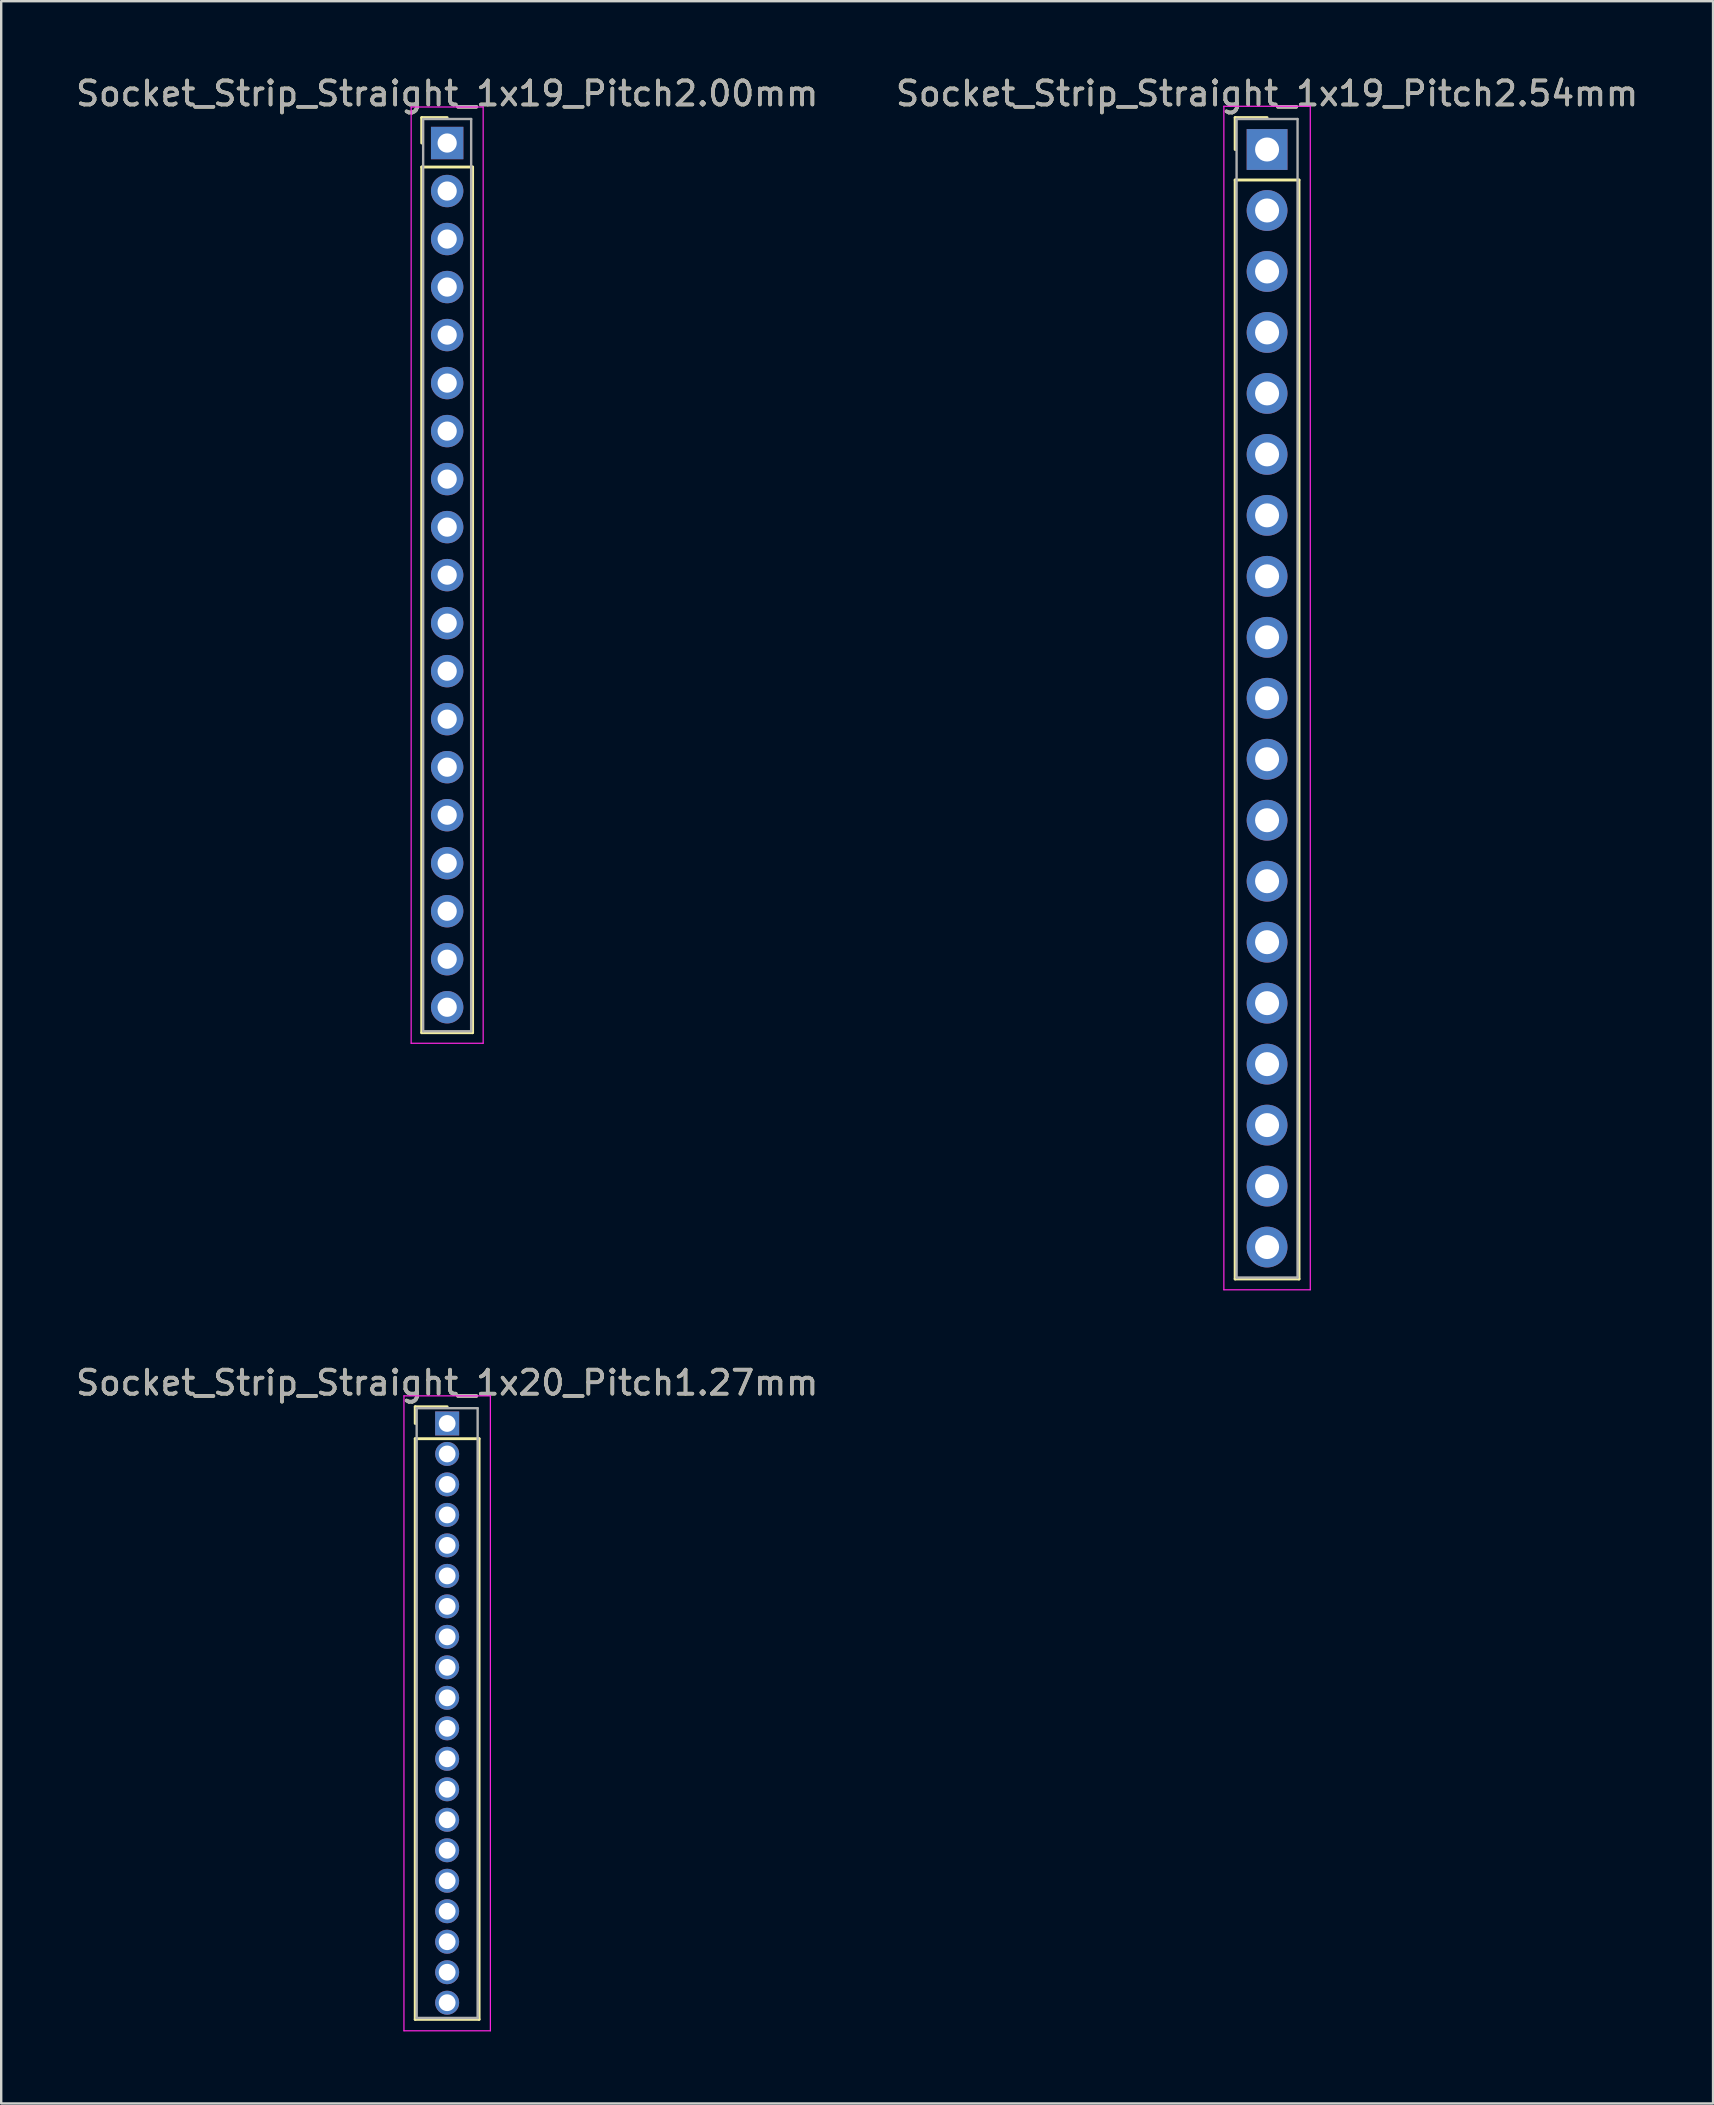
<source format=kicad_pcb>
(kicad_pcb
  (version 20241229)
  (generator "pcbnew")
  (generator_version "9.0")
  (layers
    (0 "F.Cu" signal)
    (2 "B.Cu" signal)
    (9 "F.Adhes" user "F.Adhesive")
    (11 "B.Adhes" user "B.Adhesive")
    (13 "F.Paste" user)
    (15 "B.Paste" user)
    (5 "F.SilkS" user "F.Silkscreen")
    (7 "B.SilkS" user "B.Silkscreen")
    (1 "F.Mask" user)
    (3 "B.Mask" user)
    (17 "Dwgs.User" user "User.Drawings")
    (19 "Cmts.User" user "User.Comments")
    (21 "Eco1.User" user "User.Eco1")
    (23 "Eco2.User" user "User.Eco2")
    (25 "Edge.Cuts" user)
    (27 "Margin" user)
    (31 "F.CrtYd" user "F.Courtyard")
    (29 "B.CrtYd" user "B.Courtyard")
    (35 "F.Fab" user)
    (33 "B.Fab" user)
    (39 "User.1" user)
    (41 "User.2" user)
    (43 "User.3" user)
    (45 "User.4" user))
  (footprint "Socket_Strip_Straight_1x19_Pitch2.54mm"
    (layer "F.Cu")
    (at 49.732 3.178)
    (property "Reference" "Socket_Strip_Straight_1x19_Pitch2.54mm" (at 0 -2.33 0) (layer "F.SilkS") (effects (font (size 1 1) (thickness 0.15))))
    (attr through_hole)
    (fp_line (start -1.33 -1.33) (end 0 -1.33) (stroke (width 0.12) (type solid)) (layer "F.SilkS"))
    (fp_line (start -1.33 0) (end -1.33 -1.33) (stroke (width 0.12) (type solid)) (layer "F.SilkS"))
    (fp_line (start -1.33 1.27) (end -1.33 47.05) (stroke (width 0.12) (type solid)) (layer "F.SilkS"))
    (fp_line (start -1.33 47.05) (end 1.33 47.05) (stroke (width 0.12) (type solid)) (layer "F.SilkS"))
    (fp_line (start 1.33 1.27) (end -1.33 1.27) (stroke (width 0.12) (type solid)) (layer "F.SilkS"))
    (fp_line (start 1.33 47.05) (end 1.33 1.27) (stroke (width 0.12) (type solid)) (layer "F.SilkS"))
    (fp_line (start -1.8 -1.8) (end -1.8 47.5) (stroke (width 0.05) (type solid)) (layer "F.CrtYd"))
    (fp_line (start -1.8 47.5) (end 1.8 47.5) (stroke (width 0.05) (type solid)) (layer "F.CrtYd"))
    (fp_line (start 1.8 -1.8) (end -1.8 -1.8) (stroke (width 0.05) (type solid)) (layer "F.CrtYd"))
    (fp_line (start 1.8 47.5) (end 1.8 -1.8) (stroke (width 0.05) (type solid)) (layer "F.CrtYd"))
    (fp_line (start -1.27 -1.27) (end -1.27 46.99) (stroke (width 0.1) (type solid)) (layer "F.Fab"))
    (fp_line (start -1.27 46.99) (end 1.27 46.99) (stroke (width 0.1) (type solid)) (layer "F.Fab"))
    (fp_line (start 1.27 -1.27) (end -1.27 -1.27) (stroke (width 0.1) (type solid)) (layer "F.Fab"))
    (fp_line (start 1.27 46.99) (end 1.27 -1.27) (stroke (width 0.1) (type solid)) (layer "F.Fab"))
    (fp_text user "${REFERENCE}" (at 0 -2.33 0) (layer "F.Fab") (effects (font (size 1 1) (thickness 0.15))))
    (pad "1" thru_hole rect (at 0 0) (size 1.7 1.7) (drill 1) (layers "*.Cu" "*.Mask"))
    (pad "2" thru_hole oval (at 0 2.54) (size 1.7 1.7) (drill 1) (layers "*.Cu" "*.Mask"))
    (pad "3" thru_hole oval (at 0 5.08) (size 1.7 1.7) (drill 1) (layers "*.Cu" "*.Mask"))
    (pad "4" thru_hole oval (at 0 7.62) (size 1.7 1.7) (drill 1) (layers "*.Cu" "*.Mask"))
    (pad "5" thru_hole oval (at 0 10.16) (size 1.7 1.7) (drill 1) (layers "*.Cu" "*.Mask"))
    (pad "6" thru_hole oval (at 0 12.7) (size 1.7 1.7) (drill 1) (layers "*.Cu" "*.Mask"))
    (pad "7" thru_hole oval (at 0 15.24) (size 1.7 1.7) (drill 1) (layers "*.Cu" "*.Mask"))
    (pad "8" thru_hole oval (at 0 17.78) (size 1.7 1.7) (drill 1) (layers "*.Cu" "*.Mask"))
    (pad "9" thru_hole oval (at 0 20.32) (size 1.7 1.7) (drill 1) (layers "*.Cu" "*.Mask"))
    (pad "10" thru_hole oval (at 0 22.86) (size 1.7 1.7) (drill 1) (layers "*.Cu" "*.Mask"))
    (pad "11" thru_hole oval (at 0 25.4) (size 1.7 1.7) (drill 1) (layers "*.Cu" "*.Mask"))
    (pad "12" thru_hole oval (at 0 27.94) (size 1.7 1.7) (drill 1) (layers "*.Cu" "*.Mask"))
    (pad "13" thru_hole oval (at 0 30.48) (size 1.7 1.7) (drill 1) (layers "*.Cu" "*.Mask"))
    (pad "14" thru_hole oval (at 0 33.02) (size 1.7 1.7) (drill 1) (layers "*.Cu" "*.Mask"))
    (pad "15" thru_hole oval (at 0 35.56) (size 1.7 1.7) (drill 1) (layers "*.Cu" "*.Mask"))
    (pad "16" thru_hole oval (at 0 38.1) (size 1.7 1.7) (drill 1) (layers "*.Cu" "*.Mask"))
    (pad "17" thru_hole oval (at 0 40.64) (size 1.7 1.7) (drill 1) (layers "*.Cu" "*.Mask"))
    (pad "18" thru_hole oval (at 0 43.18) (size 1.7 1.7) (drill 1) (layers "*.Cu" "*.Mask"))
    (pad "19" thru_hole oval (at 0 45.72) (size 1.7 1.7) (drill 1) (layers "*.Cu" "*.Mask")))
  (footprint "Socket_Strip_Straight_1x19_Pitch2.00mm"
    (layer "F.Cu")
    (at 15.577 2.908)
    (property "Reference" "Socket_Strip_Straight_1x19_Pitch2.00mm" (at 0 -2.06 0) (layer "F.SilkS") (effects (font (size 1 1) (thickness 0.15))))
    (attr through_hole)
    (fp_line (start -1.06 -1.06) (end 0 -1.06) (stroke (width 0.12) (type solid)) (layer "F.SilkS"))
    (fp_line (start -1.06 0) (end -1.06 -1.06) (stroke (width 0.12) (type solid)) (layer "F.SilkS"))
    (fp_line (start -1.06 1) (end -1.06 37.06) (stroke (width 0.12) (type solid)) (layer "F.SilkS"))
    (fp_line (start -1.06 37.06) (end 1.06 37.06) (stroke (width 0.12) (type solid)) (layer "F.SilkS"))
    (fp_line (start 1.06 1) (end -1.06 1) (stroke (width 0.12) (type solid)) (layer "F.SilkS"))
    (fp_line (start 1.06 37.06) (end 1.06 1) (stroke (width 0.12) (type solid)) (layer "F.SilkS"))
    (fp_line (start -1.5 -1.5) (end -1.5 37.5) (stroke (width 0.05) (type solid)) (layer "F.CrtYd"))
    (fp_line (start -1.5 37.5) (end 1.5 37.5) (stroke (width 0.05) (type solid)) (layer "F.CrtYd"))
    (fp_line (start 1.5 -1.5) (end -1.5 -1.5) (stroke (width 0.05) (type solid)) (layer "F.CrtYd"))
    (fp_line (start 1.5 37.5) (end 1.5 -1.5) (stroke (width 0.05) (type solid)) (layer "F.CrtYd"))
    (fp_line (start -1 -1) (end -1 37) (stroke (width 0.1) (type solid)) (layer "F.Fab"))
    (fp_line (start -1 37) (end 1 37) (stroke (width 0.1) (type solid)) (layer "F.Fab"))
    (fp_line (start 1 -1) (end -1 -1) (stroke (width 0.1) (type solid)) (layer "F.Fab"))
    (fp_line (start 1 37) (end 1 -1) (stroke (width 0.1) (type solid)) (layer "F.Fab"))
    (fp_text user "${REFERENCE}" (at 0 -2.06 0) (layer "F.Fab") (effects (font (size 1 1) (thickness 0.15))))
    (pad "1" thru_hole rect (at 0 0) (size 1.35 1.35) (drill 0.8) (layers "*.Cu" "*.Mask"))
    (pad "2" thru_hole oval (at 0 2) (size 1.35 1.35) (drill 0.8) (layers "*.Cu" "*.Mask"))
    (pad "3" thru_hole oval (at 0 4) (size 1.35 1.35) (drill 0.8) (layers "*.Cu" "*.Mask"))
    (pad "4" thru_hole oval (at 0 6) (size 1.35 1.35) (drill 0.8) (layers "*.Cu" "*.Mask"))
    (pad "5" thru_hole oval (at 0 8) (size 1.35 1.35) (drill 0.8) (layers "*.Cu" "*.Mask"))
    (pad "6" thru_hole oval (at 0 10) (size 1.35 1.35) (drill 0.8) (layers "*.Cu" "*.Mask"))
    (pad "7" thru_hole oval (at 0 12) (size 1.35 1.35) (drill 0.8) (layers "*.Cu" "*.Mask"))
    (pad "8" thru_hole oval (at 0 14) (size 1.35 1.35) (drill 0.8) (layers "*.Cu" "*.Mask"))
    (pad "9" thru_hole oval (at 0 16) (size 1.35 1.35) (drill 0.8) (layers "*.Cu" "*.Mask"))
    (pad "10" thru_hole oval (at 0 18) (size 1.35 1.35) (drill 0.8) (layers "*.Cu" "*.Mask"))
    (pad "11" thru_hole oval (at 0 20) (size 1.35 1.35) (drill 0.8) (layers "*.Cu" "*.Mask"))
    (pad "12" thru_hole oval (at 0 22) (size 1.35 1.35) (drill 0.8) (layers "*.Cu" "*.Mask"))
    (pad "13" thru_hole oval (at 0 24) (size 1.35 1.35) (drill 0.8) (layers "*.Cu" "*.Mask"))
    (pad "14" thru_hole oval (at 0 26) (size 1.35 1.35) (drill 0.8) (layers "*.Cu" "*.Mask"))
    (pad "15" thru_hole oval (at 0 28) (size 1.35 1.35) (drill 0.8) (layers "*.Cu" "*.Mask"))
    (pad "16" thru_hole oval (at 0 30) (size 1.35 1.35) (drill 0.8) (layers "*.Cu" "*.Mask"))
    (pad "17" thru_hole oval (at 0 32) (size 1.35 1.35) (drill 0.8) (layers "*.Cu" "*.Mask"))
    (pad "18" thru_hole oval (at 0 34) (size 1.35 1.35) (drill 0.8) (layers "*.Cu" "*.Mask"))
    (pad "19" thru_hole oval (at 0 36) (size 1.35 1.35) (drill 0.8) (layers "*.Cu" "*.Mask")))
  (footprint "Socket_Strip_Straight_1x20_Pitch1.27mm"
    (layer "F.Cu")
    (at 15.577 56.246)
    (property "Reference" "Socket_Strip_Straight_1x20_Pitch1.27mm" (at 0 -1.695 0) (layer "F.SilkS") (effects (font (size 1 1) (thickness 0.15))))
    (attr through_hole)
    (fp_line (start -1.33 -0.695) (end 0 -0.695) (stroke (width 0.12) (type solid)) (layer "F.SilkS"))
    (fp_line (start -1.33 0) (end -1.33 -0.695) (stroke (width 0.12) (type solid)) (layer "F.SilkS"))
    (fp_line (start -1.33 0.635) (end -1.33 24.825) (stroke (width 0.12) (type solid)) (layer "F.SilkS"))
    (fp_line (start -1.33 24.825) (end 1.33 24.825) (stroke (width 0.12) (type solid)) (layer "F.SilkS"))
    (fp_line (start 1.33 0.635) (end -1.33 0.635) (stroke (width 0.12) (type solid)) (layer "F.SilkS"))
    (fp_line (start 1.33 24.825) (end 1.33 0.635) (stroke (width 0.12) (type solid)) (layer "F.SilkS"))
    (fp_line (start -1.8 -1.15) (end -1.8 25.3) (stroke (width 0.05) (type solid)) (layer "F.CrtYd"))
    (fp_line (start -1.8 25.3) (end 1.8 25.3) (stroke (width 0.05) (type solid)) (layer "F.CrtYd"))
    (fp_line (start 1.8 -1.15) (end -1.8 -1.15) (stroke (width 0.05) (type solid)) (layer "F.CrtYd"))
    (fp_line (start 1.8 25.3) (end 1.8 -1.15) (stroke (width 0.05) (type solid)) (layer "F.CrtYd"))
    (fp_line (start -1.27 -0.635) (end -1.27 24.765) (stroke (width 0.1) (type solid)) (layer "F.Fab"))
    (fp_line (start -1.27 24.765) (end 1.27 24.765) (stroke (width 0.1) (type solid)) (layer "F.Fab"))
    (fp_line (start 1.27 -0.635) (end -1.27 -0.635) (stroke (width 0.1) (type solid)) (layer "F.Fab"))
    (fp_line (start 1.27 24.765) (end 1.27 -0.635) (stroke (width 0.1) (type solid)) (layer "F.Fab"))
    (fp_text user "${REFERENCE}" (at 0 -1.695 0) (layer "F.Fab") (effects (font (size 1 1) (thickness 0.15))))
    (pad "1" thru_hole rect (at 0 0) (size 1 1) (drill 0.7) (layers "*.Cu" "*.Mask"))
    (pad "2" thru_hole oval (at 0 1.27) (size 1 1) (drill 0.7) (layers "*.Cu" "*.Mask"))
    (pad "3" thru_hole oval (at 0 2.54) (size 1 1) (drill 0.7) (layers "*.Cu" "*.Mask"))
    (pad "4" thru_hole oval (at 0 3.81) (size 1 1) (drill 0.7) (layers "*.Cu" "*.Mask"))
    (pad "5" thru_hole oval (at 0 5.08) (size 1 1) (drill 0.7) (layers "*.Cu" "*.Mask"))
    (pad "6" thru_hole oval (at 0 6.35) (size 1 1) (drill 0.7) (layers "*.Cu" "*.Mask"))
    (pad "7" thru_hole oval (at 0 7.62) (size 1 1) (drill 0.7) (layers "*.Cu" "*.Mask"))
    (pad "8" thru_hole oval (at 0 8.89) (size 1 1) (drill 0.7) (layers "*.Cu" "*.Mask"))
    (pad "9" thru_hole oval (at 0 10.16) (size 1 1) (drill 0.7) (layers "*.Cu" "*.Mask"))
    (pad "10" thru_hole oval (at 0 11.43) (size 1 1) (drill 0.7) (layers "*.Cu" "*.Mask"))
    (pad "11" thru_hole oval (at 0 12.7) (size 1 1) (drill 0.7) (layers "*.Cu" "*.Mask"))
    (pad "12" thru_hole oval (at 0 13.97) (size 1 1) (drill 0.7) (layers "*.Cu" "*.Mask"))
    (pad "13" thru_hole oval (at 0 15.24) (size 1 1) (drill 0.7) (layers "*.Cu" "*.Mask"))
    (pad "14" thru_hole oval (at 0 16.51) (size 1 1) (drill 0.7) (layers "*.Cu" "*.Mask"))
    (pad "15" thru_hole oval (at 0 17.78) (size 1 1) (drill 0.7) (layers "*.Cu" "*.Mask"))
    (pad "16" thru_hole oval (at 0 19.05) (size 1 1) (drill 0.7) (layers "*.Cu" "*.Mask"))
    (pad "17" thru_hole oval (at 0 20.32) (size 1 1) (drill 0.7) (layers "*.Cu" "*.Mask"))
    (pad "18" thru_hole oval (at 0 21.59) (size 1 1) (drill 0.7) (layers "*.Cu" "*.Mask"))
    (pad "19" thru_hole oval (at 0 22.86) (size 1 1) (drill 0.7) (layers "*.Cu" "*.Mask"))
    (pad "20" thru_hole oval (at 0 24.13) (size 1 1) (drill 0.7) (layers "*.Cu" "*.Mask")))
  (gr_rect
    (start -3 -3)
    (end 68.31 84.572)
    (stroke (width 0.1) (type default))
    (fill no)
    (layer "Edge.Cuts")))
</source>
